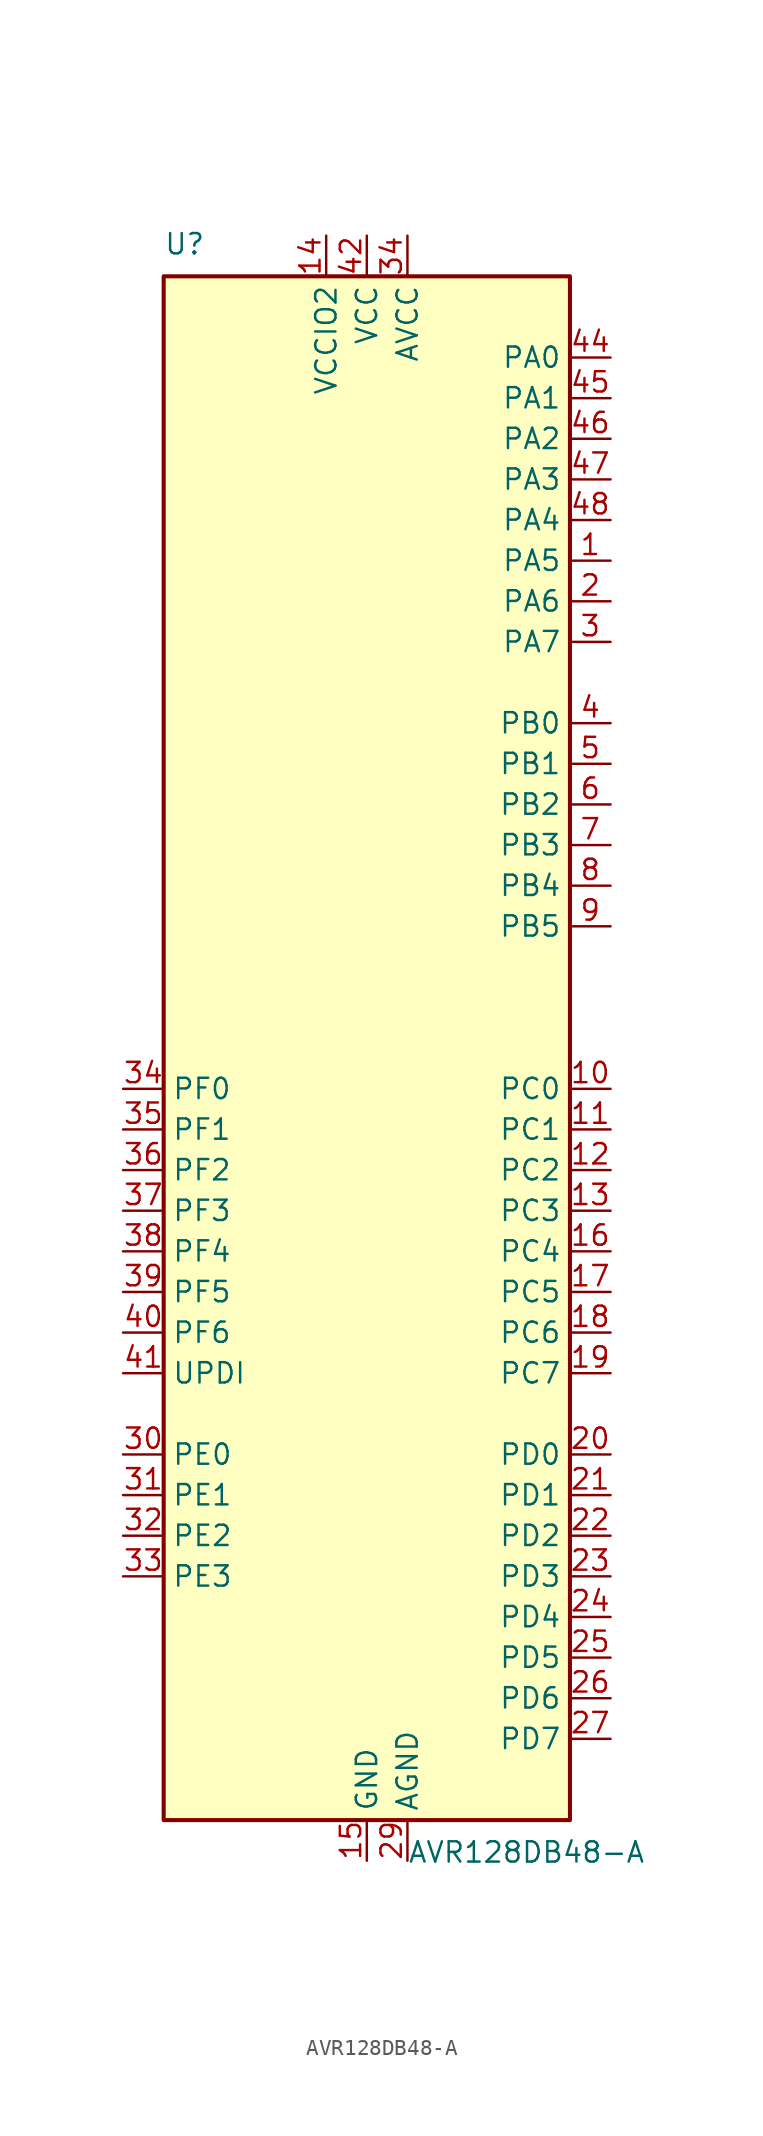
<source format=kicad_sym>
(kicad_symbol_lib
  (version 20211014)
  (generator kicad_symbol_editor)
  (symbol "AVR128DB48-A"
    (property "Reference" "U"
      (at -12.7 49.53 0)
      (effects (font (size 1.27 1.27)) (justify left bottom)))
    (property "Value" "AVR128DB48-A"
      (at 2.54 -49.53 0)
      (effects (font (size 1.27 1.27)) (justify left top)))
    (symbol "AVR128DB48-A_0_1"
      (rectangle (start -12.7 -48.26) (end 12.7 48.26) (stroke (width 0.254) (type default) (color 0 0 0 0)) (fill (type background))))
    (symbol "AVR128DB48-A_1_1"
      (pin bidirectional line (at 15.24 30.48 180) (length 2.54) (name "PA5" (effects (font (size 1.27 1.27)))) (number "1" (effects (font (size 1.27 1.27)))) (alternate "SPI0-MISO" bidirectional line) (alternate "TCA0-WO5" output line) (alternate "TCD0-WOB" output line) (alternate "USART0-RXD(1)" input line))
      (pin bidirectional line (at 15.24 -2.54 180) (length 2.54) (name "PC0" (effects (font (size 1.27 1.27)))) (number "10" (effects (font (size 1.27 1.27)))) (alternate "LUT1-IN0" input line) (alternate "SPI1-MOSI" bidirectional line) (alternate "TCA0-WO0(2)" output line) (alternate "TCB2-WO" output line) (alternate "USART1-TXD" bidirectional line))
      (pin bidirectional line (at 15.24 -5.08 180) (length 2.54) (name "PC1" (effects (font (size 1.27 1.27)))) (number "11" (effects (font (size 1.27 1.27)))) (alternate "LUT1-IN1" input line) (alternate "SPI1-MISO" bidirectional line) (alternate "TCA0-WO1(2)" output line) (alternate "TCB3-WO(1)" output line) (alternate "USART1-RXD" input line))
      (pin bidirectional line (at 15.24 -7.62 180) (length 2.54) (name "PC2" (effects (font (size 1.27 1.27)))) (number "12" (effects (font (size 1.27 1.27)))) (alternate "EVOUTC" output line) (alternate "LUT1-IN2" input line) (alternate "SPI1-SCK" bidirectional line) (alternate "TCA-WO2(2)" output line) (alternate "TWI0-SDA(MS+)(0,2)" bidirectional line) (alternate "USART1-XCK" bidirectional line))
      (pin bidirectional line (at 15.24 -10.16 180) (length 2.54) (name "PC3" (effects (font (size 1.27 1.27)))) (number "13" (effects (font (size 1.27 1.27)))) (alternate "LUT1-OUT" output line) (alternate "SPI1-~{SS}" bidirectional line) (alternate "TCA0-WO3(2)" output line) (alternate "TWI0-SCL(MS)(0,2" bidirectional line) (alternate "USART1-XDIR" output line))
      (pin power_in line (at -2.54 50.8 270) (length 2.54) (name "VCCIO2" (effects (font (size 1.27 1.27)))) (number "14" (effects (font (size 1.27 1.27)))))
      (pin power_in line (at 0 -50.8 90) (length 2.54) (name "GND" (effects (font (size 1.27 1.27)))) (number "15" (effects (font (size 1.27 1.27)))))
      (pin bidirectional line (at 15.24 -12.7 180) (length 2.54) (name "PC4" (effects (font (size 1.27 1.27)))) (number "16" (effects (font (size 1.27 1.27)))) (alternate "SPI1-MOSI(1)" bidirectional line) (alternate "TCA0-WO4(2)" output line) (alternate "TCA1-WO0(1)" output line) (alternate "USART1-TXD(1)" bidirectional line))
      (pin bidirectional line (at 15.24 -15.24 180) (length 2.54) (name "PC5" (effects (font (size 1.27 1.27)))) (number "17" (effects (font (size 1.27 1.27)))) (alternate "SPI1-MISO(1)" bidirectional line) (alternate "TCA0-WO5(2)" output line) (alternate "TCA1-WO1(1)" output line) (alternate "USART1-RXD(1)" input line))
      (pin bidirectional line (at 15.24 -17.78 180) (length 2.54) (name "PC6" (effects (font (size 1.27 1.27)))) (number "18" (effects (font (size 1.27 1.27)))) (alternate "AC0-OUT(1)" output line) (alternate "AC1-OUT(1)" output line) (alternate "AC2-OUT(1)" output line) (alternate "LUT1-OUT(1)" output line) (alternate "SPI1-SCK(1)" bidirectional line) (alternate "TCA-WO2(2)" output line) (alternate "TWI0-SDA(S)(1,2)" bidirectional line) (alternate "USART1-XCK(1)" bidirectional line))
      (pin bidirectional line (at 15.24 -20.32 180) (length 2.54) (name "PC7" (effects (font (size 1.27 1.27)))) (number "19" (effects (font (size 1.27 1.27)))) (alternate "EVOUTC(1)" output line) (alternate "SPI1-~{SS}(1)" bidirectional line) (alternate "TWI0-SCL(S)(1,2)" bidirectional line) (alternate "USART1-XDIR(1)" output line) (alternate "ZCD0-OUT(1)" output line) (alternate "ZCD1-OUT(1)" output line) (alternate "ZCD2-OUT(1)" output line))
      (pin bidirectional line (at 15.24 27.94 180) (length 2.54) (name "PA6" (effects (font (size 1.27 1.27)))) (number "2" (effects (font (size 1.27 1.27)))) (alternate "LUT0-OUT(1)" output line) (alternate "SPI0-SCK" bidirectional line) (alternate "TCD0-WOC" output line) (alternate "USART0-XCK(1)" bidirectional line))
      (pin bidirectional line (at 15.24 -25.4 180) (length 2.54) (name "PD0" (effects (font (size 1.27 1.27)))) (number "20" (effects (font (size 1.27 1.27)))) (alternate "AC0-AINN1" input line) (alternate "AC1-AINN1" input line) (alternate "AC2-AINN1" input line) (alternate "ADC0-AIN0" input line) (alternate "LUT2-IN0" input line) (alternate "TC0-WO0(3)" output line))
      (pin bidirectional line (at 15.24 -27.94 180) (length 2.54) (name "PD1" (effects (font (size 1.27 1.27)))) (number "21" (effects (font (size 1.27 1.27)))) (alternate "ADC0-AIN1" input line) (alternate "LUT2-IN1" input line) (alternate "OP0-INP" input line) (alternate "TCA0-WO1(3)" output line) (alternate "ZCD0-ZCIN" input line))
      (pin bidirectional line (at 15.24 -30.48 180) (length 2.54) (name "PD2" (effects (font (size 1.27 1.27)))) (number "22" (effects (font (size 1.27 1.27)))) (alternate "AC0-AINP0" input line) (alternate "AC1-AINP0" input line) (alternate "AC2-AINP0" input line) (alternate "ADC0-AIN2" input line) (alternate "EVOUTD" output line) (alternate "LUT2-IN2" input line) (alternate "OP0-OUT" output line) (alternate "TCA0-WO2(3)" output line))
      (pin bidirectional line (at 15.24 -33.02 180) (length 2.54) (name "PD3" (effects (font (size 1.27 1.27)))) (number "23" (effects (font (size 1.27 1.27)))) (alternate "AC0-AINN0" input line) (alternate "AC1-AINP1" input line) (alternate "ADC0-AIN3" input line) (alternate "LUT2-OUT" output line) (alternate "OP0-INN" input line) (alternate "TCA0-WO3(3)" output line))
      (pin bidirectional line (at 15.24 -35.56 180) (length 2.54) (name "PD4" (effects (font (size 1.27 1.27)))) (number "24" (effects (font (size 1.27 1.27)))) (alternate "AC1-AINP2" input line) (alternate "AC2-AINP1" input line) (alternate "ADC0-AIN4" input line) (alternate "OP1-INP" input line) (alternate "TCA0-WO4(3)" output line))
      (pin bidirectional line (at 15.24 -38.1 180) (length 2.54) (name "PD5" (effects (font (size 1.27 1.27)))) (number "25" (effects (font (size 1.27 1.27)))) (alternate "AC1-AINN0" input line) (alternate "ADC0-AIN5" input line) (alternate "OP1-OUT" output line) (alternate "TCA0-WO5(3)" output line))
      (pin bidirectional line (at 15.24 -40.64 180) (length 2.54) (name "PD6" (effects (font (size 1.27 1.27)))) (number "26" (effects (font (size 1.27 1.27)))) (alternate "AC0-AINP3" input line) (alternate "AC1-AINP3" input line) (alternate "AC2-AINP3" input line) (alternate "ADC0-AIN6" input line) (alternate "DAC0-OUT" output line) (alternate "LUT2-OUT(1)" output line))
      (pin bidirectional line (at 15.24 -43.18 180) (length 2.54) (name "PD7" (effects (font (size 1.27 1.27)))) (number "27" (effects (font (size 1.27 1.27)))) (alternate "AC0-AINN2" input line) (alternate "AC1-AINN2" input line) (alternate "AC2-AINN0/2" input line) (alternate "ADC0-AIN7" input line) (alternate "EVOUTD(1)" output line) (alternate "OP1-INN" input line) (alternate "VREFA" input line))
      (pin power_in line (at 2.54 -50.8 90) (length 2.54) (name "AGND" (effects (font (size 1.27 1.27)))) (number "29" (effects (font (size 1.27 1.27)))))
      (pin bidirectional line (at 15.24 25.4 180) (length 2.54) (name "PA7" (effects (font (size 1.27 1.27)))) (number "3" (effects (font (size 1.27 1.27)))) (alternate "AC0-OUT" output line) (alternate "AC1-OUT" output line) (alternate "AC2-OUT" output line) (alternate "CLKOUT" output line) (alternate "EVOUTA(1)" output line) (alternate "SPI0-~{SS}" bidirectional line) (alternate "TCD0-WOD" output line) (alternate "USART0-XDIR(1)" output line) (alternate "ZCD0-OUT" output line) (alternate "ZCD1-OUT" output line) (alternate "ZDC2-OUT" output line))
      (pin bidirectional line (at -15.24 -25.4 0) (length 2.54) (name "PE0" (effects (font (size 1.27 1.27)))) (number "30" (effects (font (size 1.27 1.27)))) (alternate "AC0-AINP1" input line) (alternate "ADC0-AIN8" input line) (alternate "SPI0-MOSI(1)" bidirectional line) (alternate "TCA0-WO0(4)" output line) (alternate "USART4-TXD" output line))
      (pin bidirectional line (at -15.24 -27.94 0) (length 2.54) (name "PE1" (effects (font (size 1.27 1.27)))) (number "31" (effects (font (size 1.27 1.27)))) (alternate "AC2-AINP2" input line) (alternate "ADC-AIN9" input line) (alternate "OP2-INP" input line) (alternate "SPI0-MISO(1)" bidirectional line) (alternate "TCA0-WO1(4)" output line) (alternate "USART4-RXD" input line))
      (pin bidirectional line (at -15.24 -30.48 0) (length 2.54) (name "PE2" (effects (font (size 1.27 1.27)))) (number "32" (effects (font (size 1.27 1.27)))) (alternate "AC0-AINP2" input line) (alternate "ADC0-AIN10" input line) (alternate "EVOUTE" output line) (alternate "OP2-OUT" output line) (alternate "SPI0-SCK(1)" bidirectional line) (alternate "TCA0-WO2(4)" output line) (alternate "USART4-XCK" bidirectional line))
      (pin bidirectional line (at -15.24 -33.02 0) (length 2.54) (name "PE3" (effects (font (size 1.27 1.27)))) (number "33" (effects (font (size 1.27 1.27)))) (alternate "ADC0-AIN11" input line) (alternate "OP2-INN" input line) (alternate "SPI0-~{SS}(1)" bidirectional line) (alternate "TCA0-WO3(4)" output line) (alternate "USART4-XDIR" output line) (alternate "ZCD1-ZCIN" input line))
      (pin power_in line (at 2.54 50.8 270) (length 2.54) (name "AVCC" (effects (font (size 1.27 1.27)))) (number "34" (effects (font (size 1.27 1.27)))))
      (pin bidirectional line (at -15.24 -2.54 0) (length 2.54) (name "PF0" (effects (font (size 1.27 1.27)))) (number "34" (effects (font (size 1.27 1.27)))) (alternate "ADC0-AIN16(P)" input line) (alternate "LUT3-IN0" input line) (alternate "TCA0-WO0(5)" output line) (alternate "TCD0-WOA(2)" output line) (alternate "USART2-TXD" bidirectional line) (alternate "XTAL32K1" passive line))
      (pin bidirectional line (at -15.24 -5.08 0) (length 2.54) (name "PF1" (effects (font (size 1.27 1.27)))) (number "35" (effects (font (size 1.27 1.27)))) (alternate "ADC0-AIN17(P)" input line) (alternate "LUT3-IN1" input line) (alternate "TCA0-WO1(5)" output line) (alternate "TCD0-WOB(2)" output line) (alternate "USART2-RXD" input line) (alternate "XTAL32K2" passive line))
      (pin bidirectional line (at -15.24 -7.62 0) (length 2.54) (name "PF2" (effects (font (size 1.27 1.27)))) (number "36" (effects (font (size 1.27 1.27)))) (alternate "ADC0-AIN18(P)" input line) (alternate "EVOUTF" output line) (alternate "LUT3-IN2" input line) (alternate "TCA0-WO2(5)" output line) (alternate "TCD0-WOC(2)" output line) (alternate "TWI1-SDA(MS+)" bidirectional line) (alternate "USART2-XCK" bidirectional line))
      (pin bidirectional line (at -15.24 -10.16 0) (length 2.54) (name "PF3" (effects (font (size 1.27 1.27)))) (number "37" (effects (font (size 1.27 1.27)))) (alternate "ADC0-AIN19(P)" input line) (alternate "LUT3-OUT" output line) (alternate "TCA0-WO3(5)" output line) (alternate "TCD0-WOD(2)" output line) (alternate "TWI1-SCL(MS+)" bidirectional line) (alternate "USART2-XDIR" output line))
      (pin bidirectional line (at -15.24 -12.7 0) (length 2.54) (name "PF4" (effects (font (size 1.27 1.27)))) (number "38" (effects (font (size 1.27 1.27)))) (alternate "ADC0-AIN20(P)" input line) (alternate "TCA0-WO4(5)" output line) (alternate "TCB0-WO(1)" output line) (alternate "USART2-TXD(1)" output line))
      (pin bidirectional line (at -15.24 -15.24 0) (length 2.54) (name "PF5" (effects (font (size 1.27 1.27)))) (number "39" (effects (font (size 1.27 1.27)))) (alternate "ADC0-AIN21(P)" input line) (alternate "TCA0-WO5(5)" output line) (alternate "TCB1-WO(1)" output line) (alternate "USART2-RXD(1)" input line))
      (pin bidirectional line (at 15.24 20.32 180) (length 2.54) (name "PB0" (effects (font (size 1.27 1.27)))) (number "4" (effects (font (size 1.27 1.27)))) (alternate "LUT4-IN0" input line) (alternate "TCA0-WO0(1)" output line) (alternate "TCA1-WO0" output line) (alternate "UART3-TXD" bidirectional line))
      (pin input line (at -15.24 -17.78 0) (length 2.54) (name "PF6" (effects (font (size 1.27 1.27)))) (number "40" (effects (font (size 1.27 1.27)))) (alternate "~{RESET}" input line))
      (pin bidirectional line (at -15.24 -20.32 0) (length 2.54) (name "UPDI" (effects (font (size 1.27 1.27)))) (number "41" (effects (font (size 1.27 1.27)))))
      (pin power_in line (at 0 50.8 270) (length 2.54) (name "VCC" (effects (font (size 1.27 1.27)))) (number "42" (effects (font (size 1.27 1.27)))))
      (pin power_in line (at 0 -50.8 90) (length 2.54) hide (name "GND" (effects (font (size 1.27 1.27)))) (number "43" (effects (font (size 1.27 1.27)))))
      (pin bidirectional line (at 15.24 43.18 180) (length 2.54) (name "PA0" (effects (font (size 1.27 1.27)))) (number "44" (effects (font (size 1.27 1.27)))) (alternate "EXTCLK" input clock) (alternate "LUT0-IN0" input line) (alternate "TCA0-WO0" output line) (alternate "USART0-TXD" bidirectional line) (alternate "XTALHF1" passive line))
      (pin bidirectional line (at 15.24 40.64 180) (length 2.54) (name "PA1" (effects (font (size 1.27 1.27)))) (number "45" (effects (font (size 1.27 1.27)))) (alternate "LUT0-IN1" input line) (alternate "TCA0-WO1" output line) (alternate "USART0-RXD" input line) (alternate "XTALHF2" passive clock))
      (pin bidirectional line (at 15.24 38.1 180) (length 2.54) (name "PA2" (effects (font (size 1.27 1.27)))) (number "46" (effects (font (size 1.27 1.27)))) (alternate "EVOUTA" output line) (alternate "LUT0-IN2" input line) (alternate "TCA0-WO2" output line) (alternate "TCB0-WO" output line) (alternate "TWI0-SDA(MS)" bidirectional line) (alternate "USART0-XCK" bidirectional line))
      (pin bidirectional line (at 15.24 35.56 180) (length 2.54) (name "PA3" (effects (font (size 1.27 1.27)))) (number "47" (effects (font (size 1.27 1.27)))) (alternate "LUT0-OUT" output line) (alternate "TCA0-WO3" output line) (alternate "TCB1-WO" output line) (alternate "TWI0-SCL(MS)" bidirectional line) (alternate "USART0-XDIR" output line))
      (pin bidirectional line (at 15.24 33.02 180) (length 2.54) (name "PA4" (effects (font (size 1.27 1.27)))) (number "48" (effects (font (size 1.27 1.27)))) (alternate "SPI0-MOSI" bidirectional line) (alternate "TCA0-WO4" output line) (alternate "TCD0-WOA" output line) (alternate "USART0-TXD(1)" bidirectional line))
      (pin bidirectional line (at 15.24 17.78 180) (length 2.54) (name "PB1" (effects (font (size 1.27 1.27)))) (number "5" (effects (font (size 1.27 1.27)))) (alternate "LUT4-IN1" input line) (alternate "TCA0-WO1(1)" output line) (alternate "TCA1-WO0" output line) (alternate "USART3-RXD" input line))
      (pin bidirectional line (at 15.24 15.24 180) (length 2.54) (name "PB2" (effects (font (size 1.27 1.27)))) (number "6" (effects (font (size 1.27 1.27)))) (alternate "EVOUTB" output line) (alternate "LUT4-IN2" input line) (alternate "TCA0-WO2(1)" output line) (alternate "TCA1-WO2" output line) (alternate "TWI1-SDA(MS)(0,2)" bidirectional line) (alternate "USART3-XCK" bidirectional line))
      (pin bidirectional line (at 15.24 12.7 180) (length 2.54) (name "PB3" (effects (font (size 1.27 1.27)))) (number "7" (effects (font (size 1.27 1.27)))) (alternate "LUT4-OUT" output line) (alternate "TCA0-WO3(1)" output line) (alternate "TCA1-WO3" output line) (alternate "USART1-SCL(MS)(0,2)" bidirectional line) (alternate "USART3-XDIR" output line))
      (pin bidirectional line (at 15.24 10.16 180) (length 2.54) (name "PB4" (effects (font (size 1.27 1.27)))) (number "8" (effects (font (size 1.27 1.27)))) (alternate "SPI1-MOSI(2)" bidirectional line) (alternate "TCA0-WO4(1)" output line) (alternate "TCA1-WO4" output line) (alternate "TCB2-WO(1)" output line) (alternate "TCD0-WOA(1)" output line) (alternate "USART3-TXD(1)" bidirectional line))
      (pin bidirectional line (at 15.24 7.62 180) (length 2.54) (name "PB5" (effects (font (size 1.27 1.27)))) (number "9" (effects (font (size 1.27 1.27)))) (alternate "SPI1-MISO(2)" bidirectional line) (alternate "TCA0-WO5(1)" output line) (alternate "TCA1-WO5" output line) (alternate "TCB3-WO" output line) (alternate "TCD0-WOB(1)" output line) (alternate "USART3-RXD(1)" input line)))))
</source>
